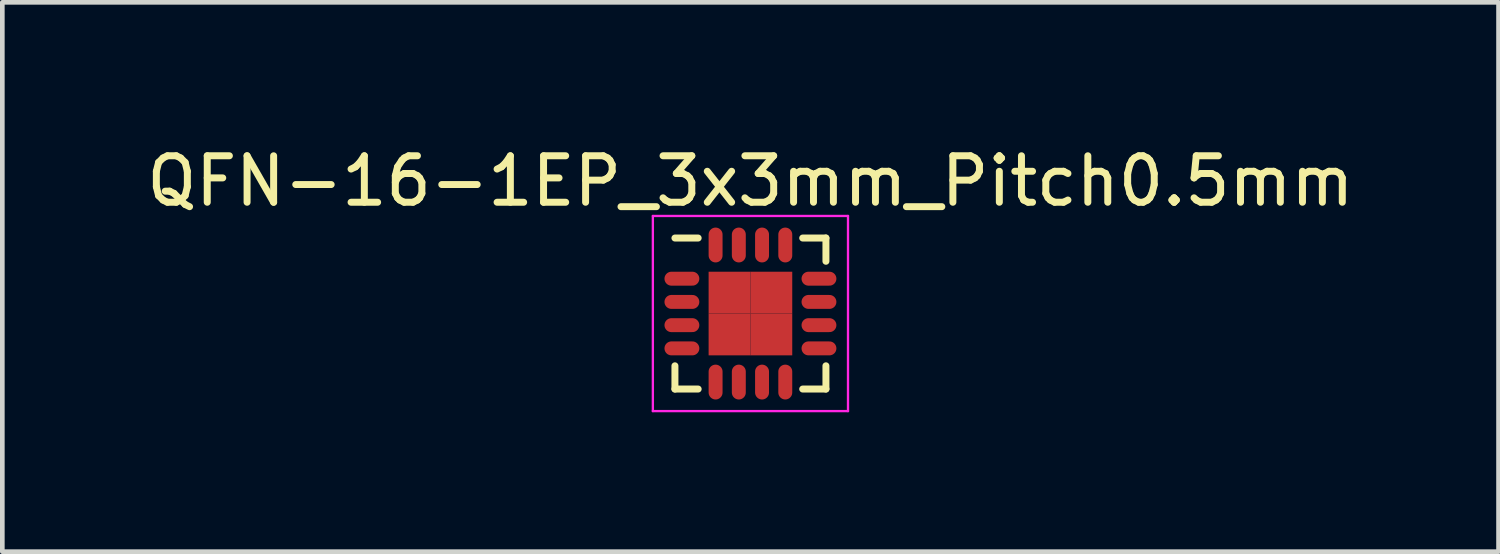
<source format=kicad_pcb>
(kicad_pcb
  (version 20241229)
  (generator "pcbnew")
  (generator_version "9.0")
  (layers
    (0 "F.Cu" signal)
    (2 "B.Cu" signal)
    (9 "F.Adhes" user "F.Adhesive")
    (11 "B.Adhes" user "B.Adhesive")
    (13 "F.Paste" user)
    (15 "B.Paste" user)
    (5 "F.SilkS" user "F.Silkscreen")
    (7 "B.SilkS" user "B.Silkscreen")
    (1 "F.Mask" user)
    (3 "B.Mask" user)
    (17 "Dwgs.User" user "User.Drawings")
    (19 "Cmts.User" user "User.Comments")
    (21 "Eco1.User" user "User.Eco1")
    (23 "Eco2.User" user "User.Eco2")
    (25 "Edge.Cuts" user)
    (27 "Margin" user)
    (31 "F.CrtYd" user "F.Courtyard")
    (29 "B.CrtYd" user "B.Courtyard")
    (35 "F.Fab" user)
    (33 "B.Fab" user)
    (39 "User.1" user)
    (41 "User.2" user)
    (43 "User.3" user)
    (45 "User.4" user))
  (footprint "QFN-16-1EP_3x3mm_Pitch0.5mm"
    (layer "F.Cu")
    (at 13.101 3.698)
    (property "Reference" "QFN-16-1EP_3x3mm_Pitch0.5mm" (at 0 -2.85 0) (layer "F.SilkS") (effects (font (size 1 1) (thickness 0.15))))
    (attr smd)
    (fp_line (start -1.625 -1.625) (end -1.125 -1.625) (stroke (width 0.15) (type solid)) (layer "F.SilkS"))
    (fp_line (start -1.625 1.625) (end -1.625 1.125) (stroke (width 0.15) (type solid)) (layer "F.SilkS"))
    (fp_line (start -1.625 1.625) (end -1.125 1.625) (stroke (width 0.15) (type solid)) (layer "F.SilkS"))
    (fp_line (start 1.625 -1.625) (end 1.125 -1.625) (stroke (width 0.15) (type solid)) (layer "F.SilkS"))
    (fp_line (start 1.625 -1.625) (end 1.625 -1.125) (stroke (width 0.15) (type solid)) (layer "F.SilkS"))
    (fp_line (start 1.625 1.625) (end 1.125 1.625) (stroke (width 0.15) (type solid)) (layer "F.SilkS"))
    (fp_line (start 1.625 1.625) (end 1.625 1.125) (stroke (width 0.15) (type solid)) (layer "F.SilkS"))
    (fp_line (start -2.1 -2.1) (end -2.1 2.1) (stroke (width 0.05) (type solid)) (layer "F.CrtYd"))
    (fp_line (start -2.1 -2.1) (end 2.1 -2.1) (stroke (width 0.05) (type solid)) (layer "F.CrtYd"))
    (fp_line (start -2.1 2.1) (end 2.1 2.1) (stroke (width 0.05) (type solid)) (layer "F.CrtYd"))
    (fp_line (start 2.1 -2.1) (end 2.1 2.1) (stroke (width 0.05) (type solid)) (layer "F.CrtYd"))
    (pad "1" smd oval (at -1.475 -0.75) (size 0.75 0.3) (layers "F.Cu" "F.Mask" "F.Paste"))
    (pad "2" smd oval (at -1.475 -0.25) (size 0.75 0.3) (layers "F.Cu" "F.Mask" "F.Paste"))
    (pad "2" smd rect (at -0.45 -0.45) (size 0.9 0.9) (layers "F.Cu" "F.Mask" "F.Paste"))
    (pad "2" smd rect (at -0.45 0.45) (size 0.9 0.9) (layers "F.Cu" "F.Mask" "F.Paste"))
    (pad "2" smd rect (at 0.45 -0.45) (size 0.9 0.9) (layers "F.Cu" "F.Mask" "F.Paste"))
    (pad "2" smd rect (at 0.45 0.45) (size 0.9 0.9) (layers "F.Cu" "F.Mask" "F.Paste"))
    (pad "3" smd oval (at -1.475 0.25) (size 0.75 0.3) (layers "F.Cu" "F.Mask" "F.Paste"))
    (pad "4" smd oval (at -1.475 0.75) (size 0.75 0.3) (layers "F.Cu" "F.Mask" "F.Paste"))
    (pad "5" smd oval (at -0.75 1.475 90) (size 0.75 0.3) (layers "F.Cu" "F.Mask" "F.Paste"))
    (pad "6" smd oval (at -0.25 1.475 90) (size 0.75 0.3) (layers "F.Cu" "F.Mask" "F.Paste"))
    (pad "7" smd oval (at 0.25 1.475 90) (size 0.75 0.3) (layers "F.Cu" "F.Mask" "F.Paste"))
    (pad "8" smd oval (at 0.75 1.475 90) (size 0.75 0.3) (layers "F.Cu" "F.Mask" "F.Paste"))
    (pad "9" smd oval (at 1.475 0.75) (size 0.75 0.3) (layers "F.Cu" "F.Mask" "F.Paste"))
    (pad "10" smd oval (at 1.475 0.25) (size 0.75 0.3) (layers "F.Cu" "F.Mask" "F.Paste"))
    (pad "11" smd oval (at 1.475 -0.25) (size 0.75 0.3) (layers "F.Cu" "F.Mask" "F.Paste"))
    (pad "12" smd oval (at 1.475 -0.75) (size 0.75 0.3) (layers "F.Cu" "F.Mask" "F.Paste"))
    (pad "13" smd oval (at 0.75 -1.475 90) (size 0.75 0.3) (layers "F.Cu" "F.Mask" "F.Paste"))
    (pad "14" smd oval (at 0.25 -1.475 90) (size 0.75 0.3) (layers "F.Cu" "F.Mask" "F.Paste"))
    (pad "15" smd oval (at -0.25 -1.475 90) (size 0.75 0.3) (layers "F.Cu" "F.Mask" "F.Paste"))
    (pad "16" smd oval (at -0.75 -1.475 90) (size 0.75 0.3) (layers "F.Cu" "F.Mask" "F.Paste")))
  (gr_rect
    (start -3 -3)
    (end 29.202 8.823)
    (stroke (width 0.1) (type default))
    (fill no)
    (layer "Edge.Cuts")))
</source>
